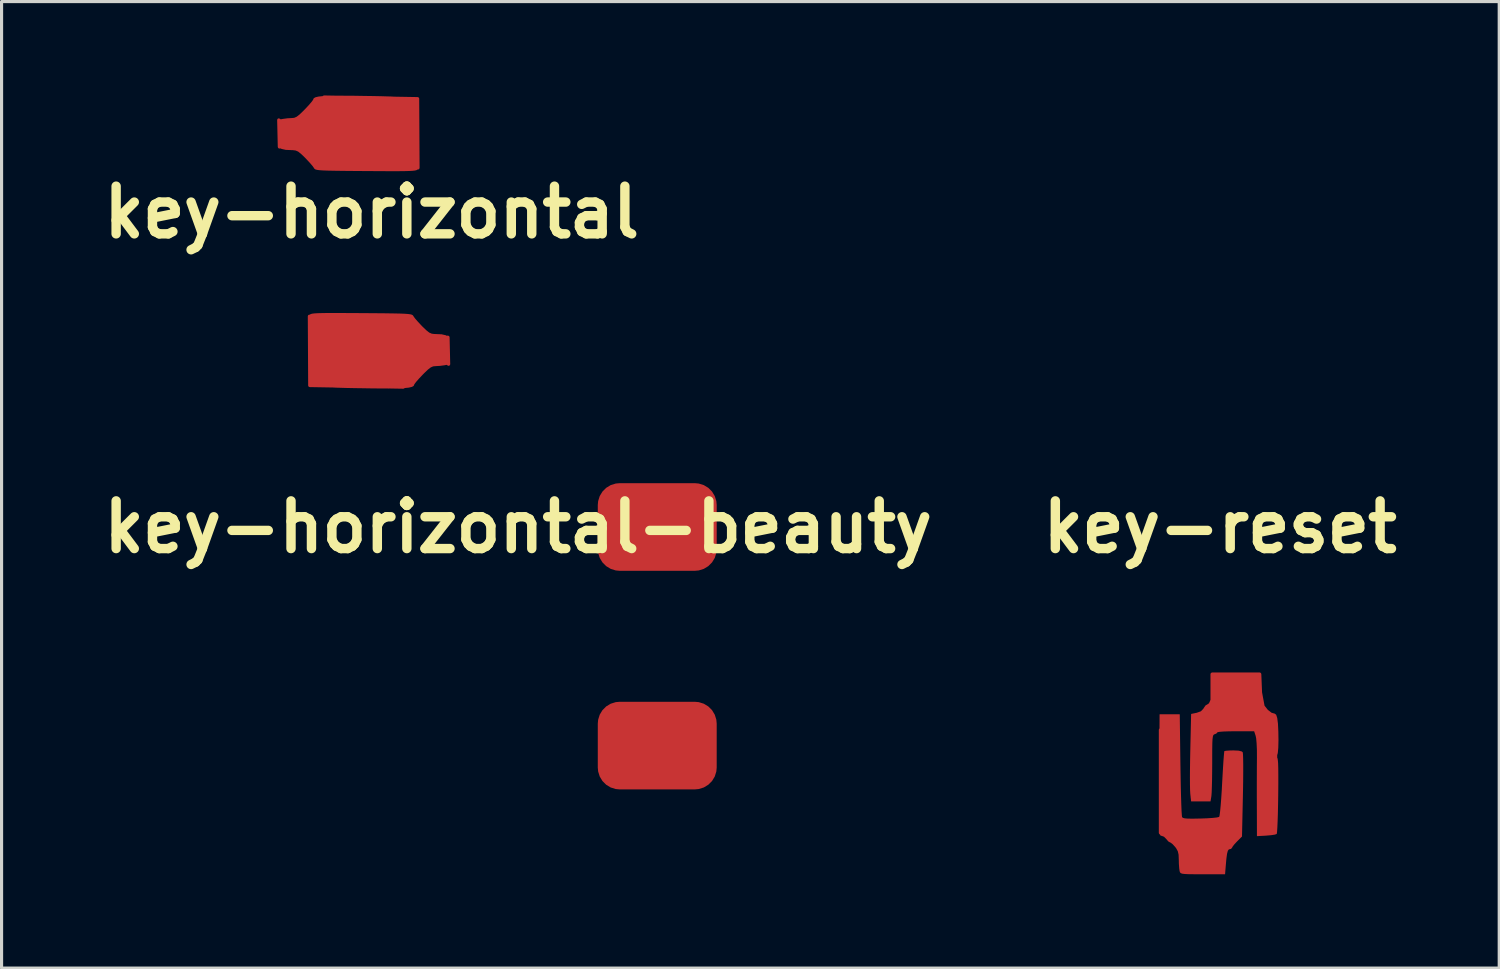
<source format=kicad_pcb>
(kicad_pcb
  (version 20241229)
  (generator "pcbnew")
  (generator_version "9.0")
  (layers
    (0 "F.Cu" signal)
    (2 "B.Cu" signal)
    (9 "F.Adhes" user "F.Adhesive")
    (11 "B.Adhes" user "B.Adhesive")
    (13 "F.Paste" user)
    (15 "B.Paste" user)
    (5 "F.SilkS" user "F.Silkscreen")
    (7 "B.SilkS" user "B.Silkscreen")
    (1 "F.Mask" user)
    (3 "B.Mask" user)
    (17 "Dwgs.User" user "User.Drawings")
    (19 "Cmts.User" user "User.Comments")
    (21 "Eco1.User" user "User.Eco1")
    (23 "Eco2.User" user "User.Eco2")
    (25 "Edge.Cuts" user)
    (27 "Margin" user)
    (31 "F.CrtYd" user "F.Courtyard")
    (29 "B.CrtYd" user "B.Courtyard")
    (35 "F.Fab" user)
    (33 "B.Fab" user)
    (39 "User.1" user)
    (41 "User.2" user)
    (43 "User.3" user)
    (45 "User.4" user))
  (footprint "key-horizontal-beauty"
    (layer "F.Cu")
    (at 17.951 20.774)
    (property "Reference" "key-horizontal-beauty" (at -4.445 -6.985 0) (layer "F.SilkS") (effects (font (size 1.524 1.524) (thickness 0.3))))
    (pad "1" smd roundrect (at 0 0) (size 3.8 2.8) (layers "F.Cu" "F.Mask") (roundrect_rratio 0.25))
    (pad "2" smd roundrect (at 0 -6.985) (size 3.8 2.8) (layers "F.Cu" "F.Mask") (roundrect_rratio 0.25)))
  (footprint "key-horizontal"
    (layer "F.Cu")
    (at 8.825 8.178)
    (property "Reference" "key-horizontal" (at 0 -4.445 0) (layer "F.SilkS") (effects (font (size 1.524 1.524) (thickness 0.3))))
    (attr through_hole)
    (pad "1" smd custom (at -2.667 -6.985 180) (size 0.5 0.5) (layers "F.Cu" "F.Mask" "F.Paste") (options (anchor circle)) (primitives (gr_poly (pts (xy 0.302 0.412) (xy -0.889 -0.381) (xy 0.282 -0.454)) (width 0.1) (fill yes)) (gr_poly (pts (xy -1.143 1.143) (xy -4.137 1.091) (xy -1.143 0.381)) (width 0.1) (fill yes)) (gr_poly (pts (xy -3.22 -1.222) (xy -2.879 -1.22) (xy -2.487 -1.218) (xy -2.074 -1.215) (xy -1.738 -1.212) (xy -1.471 -1.208) (xy -1.264 -1.204) (xy -1.109 -1.198) (xy -0.998 -1.19) (xy -0.923 -1.18) (xy -0.875 -1.167) (xy -0.848 -1.151) (xy -0.832 -1.13) (xy -0.827 -1.121) (xy -0.777 -1.051) (xy -0.684 -0.944) (xy -0.567 -0.819) (xy -0.542 -0.793) (xy -0.413 -0.669) (xy -0.32 -0.596) (xy -0.239 -0.561) (xy -0.151 -0.55) (xy -0.134 -0.55) (xy 0.076 -0.541) (xy 0.212 -0.51) (xy 0.282 -0.454) (xy 0.296 -0.397) (xy 0.279 -0.32) (xy 0.249 -0.296) (xy 0.224 -0.274) (xy 0.241 -0.243) (xy 0.263 -0.177) (xy 0.281 -0.052) (xy 0.291 0.104) (xy 0.291 0.111) (xy 0.302 0.412) (xy 0.167 0.439) (xy 0.023 0.458) (xy -0.115 0.466) (xy -0.196 0.474) (xy -0.273 0.508) (xy -0.365 0.579) (xy -0.49 0.699) (xy -0.533 0.743) (xy -0.653 0.87) (xy -0.745 0.976) (xy -0.797 1.046) (xy -0.804 1.062) (xy -0.821 1.1) (xy -0.874 1.13) (xy -0.972 1.153) (xy -1.123 1.168) (xy -1.333 1.177) (xy -1.61 1.181) (xy -1.961 1.179) (xy -2.117 1.178) (xy -2.42 1.173) (xy -2.705 1.169) (xy -2.956 1.164) (xy -3.16 1.158) (xy -3.304 1.154) (xy -3.365 1.15) (xy -3.48 1.13) (xy -3.557 1.097) (xy -3.566 1.087) (xy -3.606 1.061) (xy -3.63 1.084) (xy -3.694 1.111) (xy -3.826 1.116) (xy -3.899 1.111) (xy -4.137 1.091) (xy -4.139 0.974) (xy -2.963 0.974) (xy -2.931 1.015) (xy -2.921 1.016) (xy -2.88 0.984) (xy -2.879 0.974) (xy -2.911 0.933) (xy -2.921 0.931) (xy -2.962 0.964) (xy -2.963 0.974) (xy -4.139 0.974) (xy -4.142 0.847) (xy -1.101 0.847) (xy -1.068 0.888) (xy -1.058 0.889) (xy -1.017 0.857) (xy -1.016 0.847) (xy -1.048 0.806) (xy -1.058 0.804) (xy -1.099 0.837) (xy -1.101 0.847) (xy -4.142 0.847) (xy -4.144 0.724) (xy -1.346 0.724) (xy -1.332 0.792) (xy -1.304 0.845) (xy -1.288 0.819) (xy -1.281 0.79) (xy -1.277 0.713) (xy -1.287 0.688) (xy -1.328 0.678) (xy -1.346 0.724) (xy -4.144 0.724) (xy -4.159 0.006) (xy -4.164 -0.316) (xy -4.165 -0.6) (xy -4.163 -0.837) (xy -4.158 -1.015) (xy -4.149 -1.125) (xy -4.142 -1.154) (xy -4.127 -1.173) (xy -4.1 -1.189) (xy -4.052 -1.201) (xy -3.975 -1.21) (xy -3.862 -1.216) (xy -3.703 -1.22) (xy -3.492 -1.222) (xy -3.22 -1.222)) (width 0.01) (fill yes)) (gr_poly (pts (xy -3.556 -0.762) (xy -4.137 1.091) (xy -4.149 -1.125)) (width 0.1) (fill yes)) (gr_poly (pts (xy -0.889 -0.127) (xy -1.016 1.016) (xy -3.048 1.016) (xy -3.175 0.889) (xy -3.556 -0.254)) (width 0.1) (fill yes))))
    (pad "2" smd custom (at 2.159 0) (size 0.5 0.5) (layers "F.Cu" "F.Mask" "F.Paste") (options (anchor circle)) (primitives (gr_poly (pts (xy 0.302 0.412) (xy -0.889 -0.381) (xy 0.282 -0.454)) (width 0.1) (fill yes)) (gr_poly (pts (xy -1.143 1.143) (xy -4.137 1.091) (xy -1.143 0.381)) (width 0.1) (fill yes)) (gr_poly (pts (xy -3.22 -1.222) (xy -2.879 -1.22) (xy -2.487 -1.218) (xy -2.074 -1.215) (xy -1.738 -1.212) (xy -1.471 -1.208) (xy -1.264 -1.204) (xy -1.109 -1.198) (xy -0.998 -1.19) (xy -0.923 -1.18) (xy -0.875 -1.167) (xy -0.848 -1.151) (xy -0.832 -1.13) (xy -0.827 -1.121) (xy -0.777 -1.051) (xy -0.684 -0.944) (xy -0.567 -0.819) (xy -0.542 -0.793) (xy -0.413 -0.669) (xy -0.32 -0.596) (xy -0.239 -0.561) (xy -0.151 -0.55) (xy -0.134 -0.55) (xy 0.076 -0.541) (xy 0.212 -0.51) (xy 0.282 -0.454) (xy 0.296 -0.397) (xy 0.279 -0.32) (xy 0.249 -0.296) (xy 0.224 -0.274) (xy 0.241 -0.243) (xy 0.263 -0.177) (xy 0.281 -0.052) (xy 0.291 0.104) (xy 0.291 0.111) (xy 0.302 0.412) (xy 0.167 0.439) (xy 0.023 0.458) (xy -0.115 0.466) (xy -0.196 0.474) (xy -0.273 0.508) (xy -0.365 0.579) (xy -0.49 0.699) (xy -0.533 0.743) (xy -0.653 0.87) (xy -0.745 0.976) (xy -0.797 1.046) (xy -0.804 1.062) (xy -0.821 1.1) (xy -0.874 1.13) (xy -0.972 1.153) (xy -1.123 1.168) (xy -1.333 1.177) (xy -1.61 1.181) (xy -1.961 1.179) (xy -2.117 1.178) (xy -2.42 1.173) (xy -2.705 1.169) (xy -2.956 1.164) (xy -3.16 1.158) (xy -3.304 1.154) (xy -3.365 1.15) (xy -3.48 1.13) (xy -3.557 1.097) (xy -3.566 1.087) (xy -3.606 1.061) (xy -3.63 1.084) (xy -3.694 1.111) (xy -3.826 1.116) (xy -3.899 1.111) (xy -4.137 1.091) (xy -4.139 0.974) (xy -2.963 0.974) (xy -2.931 1.015) (xy -2.921 1.016) (xy -2.88 0.984) (xy -2.879 0.974) (xy -2.911 0.933) (xy -2.921 0.931) (xy -2.962 0.964) (xy -2.963 0.974) (xy -4.139 0.974) (xy -4.142 0.847) (xy -1.101 0.847) (xy -1.068 0.888) (xy -1.058 0.889) (xy -1.017 0.857) (xy -1.016 0.847) (xy -1.048 0.806) (xy -1.058 0.804) (xy -1.099 0.837) (xy -1.101 0.847) (xy -4.142 0.847) (xy -4.144 0.724) (xy -1.346 0.724) (xy -1.332 0.792) (xy -1.304 0.845) (xy -1.288 0.819) (xy -1.281 0.79) (xy -1.277 0.713) (xy -1.287 0.688) (xy -1.328 0.678) (xy -1.346 0.724) (xy -4.144 0.724) (xy -4.159 0.006) (xy -4.164 -0.316) (xy -4.165 -0.6) (xy -4.163 -0.837) (xy -4.158 -1.015) (xy -4.149 -1.125) (xy -4.142 -1.154) (xy -4.127 -1.173) (xy -4.1 -1.189) (xy -4.052 -1.201) (xy -3.975 -1.21) (xy -3.862 -1.216) (xy -3.703 -1.22) (xy -3.492 -1.222) (xy -3.22 -1.222)) (width 0.01) (fill yes)) (gr_poly (pts (xy -3.556 -0.762) (xy -4.137 1.091) (xy -4.149 -1.125)) (width 0.1) (fill yes)) (gr_poly (pts (xy -0.889 -0.127) (xy -1.016 1.016) (xy -3.048 1.016) (xy -3.175 0.889) (xy -3.556 -0.254)) (width 0.1) (fill yes)))))
  (footprint "key-reset"
    (layer "F.Cu")
    (at 35.933 21.663)
    (property "Reference" "key-reset" (at 0 -7.874 0) (layer "F.SilkS") (effects (font (size 1.524 1.524) (thickness 0.3))))
    (attr through_hole)
    (pad "1" smd custom (at 0.508 -2.921) (size 0.5 0.5) (layers "F.Cu" "F.Mask") (options (anchor circle)) (primitives (gr_poly (pts (xy -1.143 3.175) (xy -1.397 3.683) (xy -1.397 3.048)) (width 0.1) (fill yes)) (gr_poly (pts (xy 0.786 0.337) (xy 0.889 0.889) (xy -0.762 0.889) (xy -0.762 0)) (width 0.1) (fill yes)) (gr_poly (pts (xy 0.786 0.337) (xy -0.762 0) (xy -0.762 -0.254) (xy 0.762 -0.254)) (width 0.1) (fill yes)) (gr_poly (pts (xy 0.342 -0.211) (xy 0.364 -0.205) (xy 0.478 -0.183) (xy 0.562 -0.182) (xy 0.571 -0.184) (xy 0.601 -0.172) (xy 0.624 -0.102) (xy 0.644 0.035) (xy 0.655 0.151) (xy 0.676 0.337) (xy 0.701 0.457) (xy 0.728 0.507) (xy 0.754 0.481) (xy 0.774 0.392) (xy 0.786 0.337) (xy 0.793 0.361) (xy 0.798 0.445) (xy 0.832 0.602) (xy 0.911 0.76) (xy 1.018 0.895) (xy 1.138 0.987) (xy 1.239 1.016) (xy 1.283 1.05) (xy 1.316 1.154) (xy 1.339 1.332) (xy 1.351 1.587) (xy 1.355 1.86) (xy 1.349 2.102) (xy 1.334 2.269) (xy 1.309 2.356) (xy 1.304 2.362) (xy 1.275 2.404) (xy 1.306 2.413) (xy 1.322 2.43) (xy 1.334 2.487) (xy 1.343 2.59) (xy 1.348 2.748) (xy 1.35 2.969) (xy 1.35 3.259) (xy 1.347 3.616) (xy 1.342 3.927) (xy 1.336 4.211) (xy 1.328 4.456) (xy 1.319 4.652) (xy 1.31 4.787) (xy 1.301 4.85) (xy 1.299 4.853) (xy 1.243 4.872) (xy 1.126 4.89) (xy 0.975 4.903) (xy 0.971 4.904) (xy 0.677 4.92) (xy 0.675 4.149) (xy 0.804 4.149) (xy 0.837 4.19) (xy 0.847 4.191) (xy 0.888 4.159) (xy 0.889 4.149) (xy 0.857 4.108) (xy 0.847 4.106) (xy 0.806 4.139) (xy 0.804 4.149) (xy 0.675 4.149) (xy 0.674 3.931) (xy 0.673 3.609) (xy 0.673 3.278) (xy 0.674 2.96) (xy 0.675 2.676) (xy 0.677 2.449) (xy 0.677 2.401) (xy 0.676 2.171) (xy 0.667 1.965) (xy 0.653 1.804) (xy 0.635 1.716) (xy 0.587 1.57) (xy -0.003 1.569) (xy -0.215 1.571) (xy -0.394 1.577) (xy -0.523 1.587) (xy -0.588 1.6) (xy -0.593 1.604) (xy -0.628 1.643) (xy -0.677 1.663) (xy -0.705 1.674) (xy -0.726 1.697) (xy -0.741 1.744) (xy -0.752 1.825) (xy -0.758 1.95) (xy -0.761 2.131) (xy -0.762 2.379) (xy -0.762 2.589) (xy -0.764 2.868) (xy -0.767 3.127) (xy -0.773 3.352) (xy -0.779 3.526) (xy -0.787 3.635) (xy -0.789 3.651) (xy -0.815 3.81) (xy -1.427 3.81) (xy -1.453 3.567) (xy -1.459 3.459) (xy -1.462 3.316) (xy -1.341 3.316) (xy -1.335 3.341) (xy -1.312 3.344) (xy -1.277 3.329) (xy -1.284 3.316) (xy -1.334 3.311) (xy -1.341 3.316) (xy -1.462 3.316) (xy -1.463 3.28) (xy -1.464 3.046) (xy -1.463 2.836) (xy -1.228 2.836) (xy -1.21 2.905) (xy -1.185 2.921) (xy -1.151 2.886) (xy -1.143 2.836) (xy -1.161 2.768) (xy -1.185 2.752) (xy -1.22 2.787) (xy -1.228 2.836) (xy -1.463 2.836) (xy -1.462 2.769) (xy -1.458 2.464) (xy -1.452 2.174) (xy -1.426 1.025) (xy -1.253 0.989) (xy -1.117 0.941) (xy -1.037 0.859) (xy -1.025 0.836) (xy -0.967 0.753) (xy -0.909 0.72) (xy -0.856 0.683) (xy -0.82 0.603) (xy -0.783 0.507) (xy -0.745 0.455) (xy -0.725 0.414) (xy -0.753 0.388) (xy -0.783 0.341) (xy -0.791 0.242) (xy -0.78 0.078) (xy -0.752 -0.197) (xy -0.27 -0.183) (xy -0.072 -0.181) (xy 0.084 -0.185) (xy 0.183 -0.196) (xy 0.212 -0.208) (xy 0.248 -0.225) (xy 0.342 -0.211)) (width 0.01) (fill yes)) (gr_poly (pts (xy 1.143 3.81) (xy 1.143 4.445) (xy 0.889 4.445) (xy 0.762 3.556)) (width 0.1) (fill yes)) (gr_poly (pts (xy -1.016 3.556) (xy -1.27 3.429) (xy -1.397 2.032) (xy -1.016 2.032)) (width 0.1) (fill yes)) (gr_poly (pts (xy 1.27 4.064) (xy 1.016 4.064) (xy 1.27 1.27)) (width 0.1) (fill yes))))
    (pad "2" smd custom (at -0.508 2.921) (size 0.5 0.5) (layers "F.Cu" "F.Mask") (options (anchor circle)) (primitives (gr_poly (pts (xy -0.762 -3.196) (xy -0.756 -2.833) (xy -0.75 -2.496) (xy -0.742 -2.193) (xy -0.734 -1.935) (xy -0.726 -1.732) (xy -0.717 -1.592) (xy -0.71 -1.527) (xy -0.709 -1.524) (xy -0.682 -1.498) (xy -0.625 -1.481) (xy -0.525 -1.472) (xy -0.367 -1.47) (xy -0.14 -1.474) (xy -0.116 -1.474) (xy 0.095 -1.482) (xy 0.277 -1.494) (xy 0.411 -1.509) (xy 0.482 -1.526) (xy 0.486 -1.529) (xy 0.5 -1.581) (xy 0.516 -1.705) (xy 0.523 -1.774) (xy 0.686 -1.774) (xy 0.7 -1.706) (xy 0.728 -1.653) (xy 0.744 -1.679) (xy 0.751 -1.707) (xy 0.755 -1.784) (xy 0.745 -1.81) (xy 0.704 -1.82) (xy 0.686 -1.774) (xy 0.523 -1.774) (xy 0.534 -1.89) (xy 0.552 -2.123) (xy 0.57 -2.392) (xy 0.58 -2.59) (xy 0.596 -2.875) (xy 0.611 -3.131) (xy 0.625 -3.346) (xy 0.638 -3.508) (xy 0.647 -3.606) (xy 0.652 -3.63) (xy 0.702 -3.64) (xy 0.811 -3.648) (xy 0.934 -3.651) (xy 1.106 -3.643) (xy 1.204 -3.617) (xy 1.23 -3.593) (xy 1.237 -3.537) (xy 1.242 -3.408) (xy 1.245 -3.215) (xy 1.245 -2.97) (xy 1.243 -2.684) (xy 1.238 -2.367) (xy 1.235 -2.22) (xy 1.206 -0.907) (xy 1.048 -0.749) (xy 0.958 -0.652) (xy 0.901 -0.576) (xy 0.889 -0.549) (xy 0.855 -0.512) (xy 0.83 -0.508) (xy 0.785 -0.495) (xy 0.753 -0.448) (xy 0.728 -0.353) (xy 0.707 -0.196) (xy 0.693 -0.041) (xy 0.665 0.296) (xy -0.043 0.296) (xy -0.303 0.296) (xy -0.491 0.294) (xy -0.619 0.288) (xy -0.699 0.278) (xy -0.744 0.261) (xy -0.766 0.236) (xy -0.778 0.201) (xy -0.791 0.108) (xy -0.801 -0.034) (xy -0.804 -0.161) (xy -0.81 -0.323) (xy -0.835 -0.434) (xy -0.887 -0.529) (xy -0.921 -0.574) (xy -1.002 -0.663) (xy -1.068 -0.714) (xy -1.085 -0.72) (xy -1.141 -0.752) (xy -1.203 -0.826) (xy -1.279 -0.902) (xy -1.356 -0.931) (xy -1.376 -0.933) (xy -1.392 -0.944) (xy -1.405 -0.97) (xy -1.416 -1.019) (xy -1.423 -1.098) (xy -1.425 -1.143) (xy -1.228 -1.143) (xy -1.195 -1.102) (xy -1.185 -1.101) (xy -1.144 -1.133) (xy -1.143 -1.143) (xy -1.175 -1.184) (xy -1.185 -1.185) (xy -1.226 -1.153) (xy -1.228 -1.143) (xy -1.425 -1.143) (xy -1.427 -1.185) (xy -1.397 -1.185) (xy -1.382 -1.15) (xy -1.369 -1.157) (xy -1.364 -1.207) (xy -1.369 -1.214) (xy -1.394 -1.208) (xy -1.397 -1.185) (xy -1.427 -1.185) (xy -1.429 -1.215) (xy -1.432 -1.376) (xy -1.433 -1.505) (xy -1.27 -1.505) (xy -1.256 -1.444) (xy -1.219 -1.463) (xy -1.208 -1.479) (xy -1.214 -1.533) (xy -1.227 -1.545) (xy -1.264 -1.536) (xy -1.27 -1.505) (xy -1.433 -1.505) (xy -1.434 -1.589) (xy -1.434 -1.862) (xy -1.434 -1.884) (xy -1.312 -1.884) (xy -1.291 -1.863) (xy -1.27 -1.884) (xy -1.291 -1.905) (xy -1.312 -1.884) (xy -1.434 -1.884) (xy -1.433 -2.2) (xy -1.432 -2.265) (xy -1.228 -2.265) (xy -1.206 -2.244) (xy -1.185 -2.265) (xy -1.206 -2.286) (xy -1.228 -2.265) (xy -1.432 -2.265) (xy -1.431 -2.612) (xy -1.429 -2.868) (xy -1.426 -3.344) (xy -1.355 -3.344) (xy -1.32 -3.307) (xy -1.291 -3.302) (xy -1.235 -3.325) (xy -1.228 -3.344) (xy -1.262 -3.382) (xy -1.291 -3.387) (xy -1.348 -3.364) (xy -1.355 -3.344) (xy -1.426 -3.344) (xy -1.418 -4.805) (xy -0.783 -4.805) (xy -0.762 -3.196)) (width 0.01) (fill yes)) (gr_poly (pts (xy 0.635 -1.397) (xy 0.635 -2.032) (xy 0.889 -2.032)) (width 0.1) (fill yes)) (gr_poly (pts (xy -0.889 -1.016) (xy -1.397 -1.016) (xy -1.397 -4.318) (xy -0.889 -4.318)) (width 0.1) (fill yes)))))
  (gr_rect
    (start -3 -3)
    (end 44.855 27.885)
    (stroke (width 0.1) (type default))
    (fill no)
    (layer "Edge.Cuts")))
</source>
